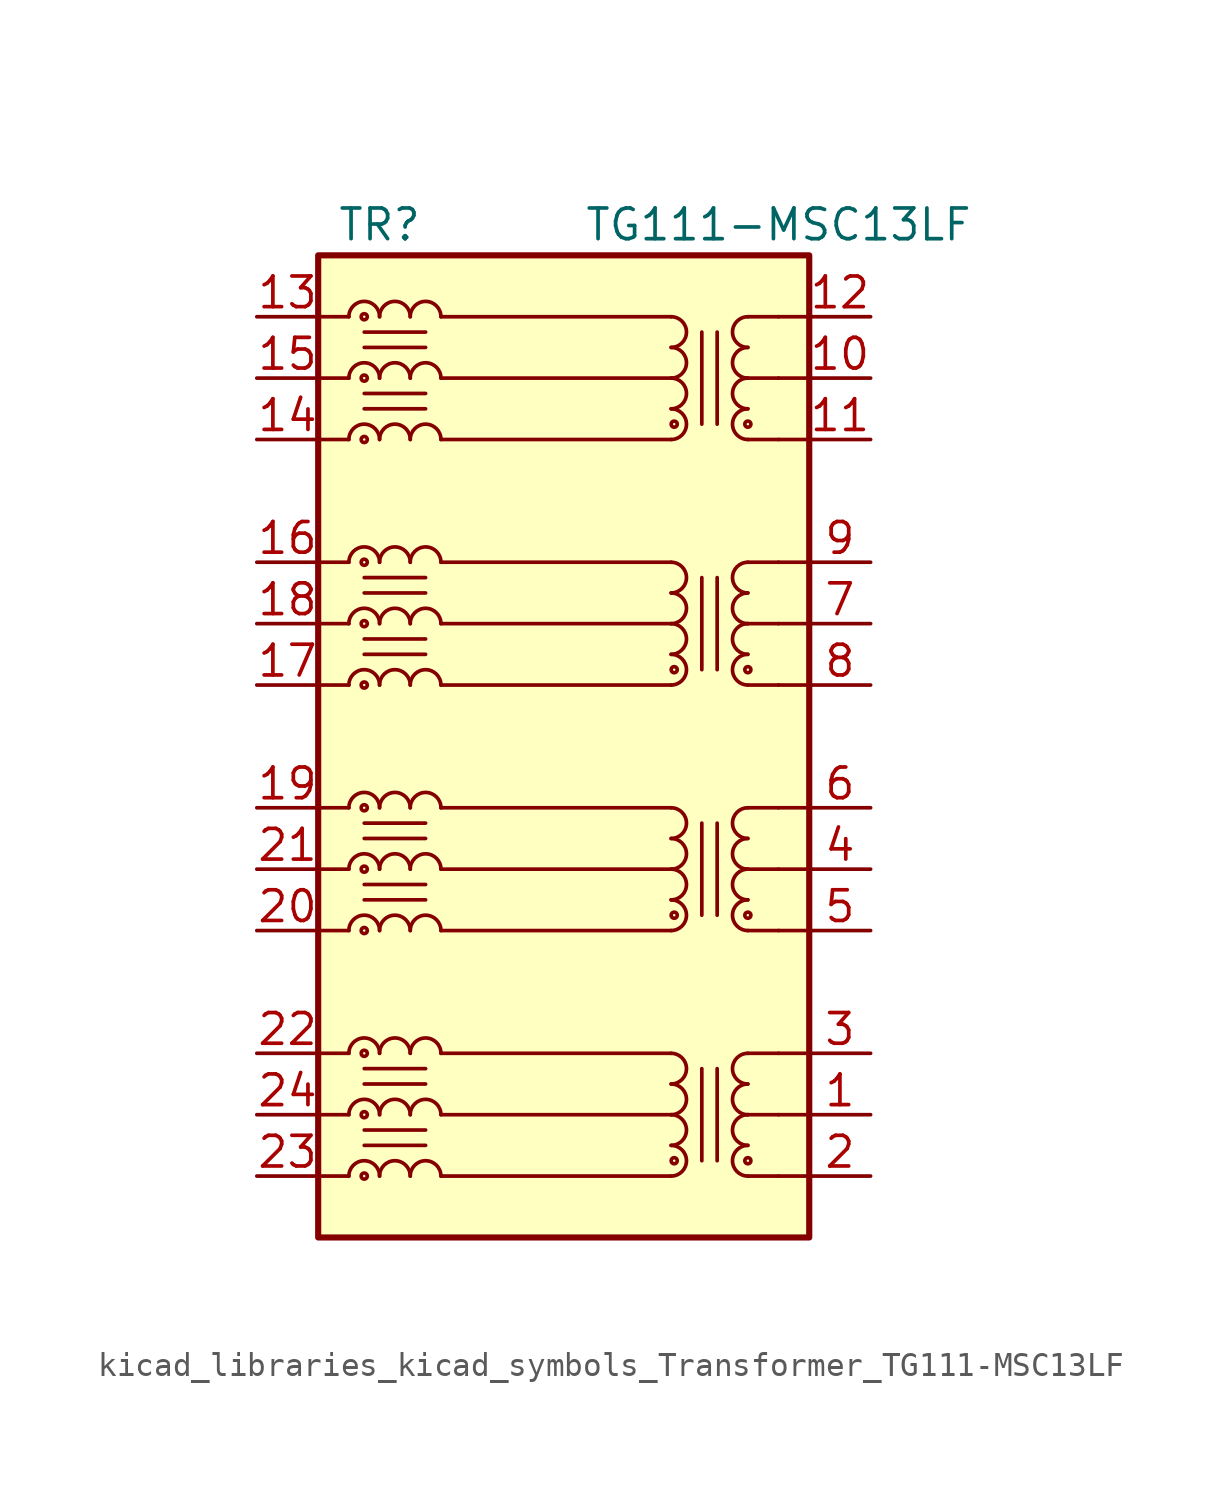
<source format=kicad_sym>
(kicad_symbol_lib
  (version 20220914)
  (generator kicad_symbol_editor)
  (symbol "kicad_libraries_kicad_symbols_Transformer_TG111-MSC13LF"
    (pin_names hide)
    (property "Reference" "TR"
      (at -7.62 21.59 0)
      (effects (font (size 1.27 1.27))))
    (property "Value" "TG111-MSC13LF"
      (at 8.89 21.59 0)
      (effects (font (size 1.27 1.27))))
    (symbol "kicad_libraries_kicad_symbols_Transformer_TG111-MSC13LF_0_1"
      (polyline (pts (xy 10.16 -17.78) (xy 8.89 -17.78)) (stroke (width 0) (type default)) (fill (type none)))
      (polyline (pts (xy 10.16 -15.24) (xy 8.89 -15.24)) (stroke (width 0) (type default)) (fill (type none)))
      (polyline (pts (xy 10.16 -12.7) (xy 8.89 -12.7)) (stroke (width 0) (type default)) (fill (type none)))
      (rectangle (start 10.16 20.32) (end -10.16 -20.32) (stroke (width 0.254) (type default)) (fill (type background)))
      (pin passive line (at 12.7 -15.24 180) (length 2.54) (name "TCT1" (effects (font (size 1.27 1.27)))) (number "1" (effects (font (size 1.27 1.27)))))
      (pin passive line (at 12.7 15.24 180) (length 2.54) (name "TCT4" (effects (font (size 1.27 1.27)))) (number "10" (effects (font (size 1.27 1.27)))))
      (pin passive line (at 12.7 12.7 180) (length 2.54) (name "TD4+" (effects (font (size 1.27 1.27)))) (number "11" (effects (font (size 1.27 1.27)))))
      (pin passive line (at 12.7 17.78 180) (length 2.54) (name "TD4-" (effects (font (size 1.27 1.27)))) (number "12" (effects (font (size 1.27 1.27)))))
      (pin passive line (at -12.7 17.78 0) (length 2.54) (name "MX4-" (effects (font (size 1.27 1.27)))) (number "13" (effects (font (size 1.27 1.27)))))
      (pin passive line (at -12.7 12.7 0) (length 2.54) (name "MX4+" (effects (font (size 1.27 1.27)))) (number "14" (effects (font (size 1.27 1.27)))))
      (pin passive line (at -12.7 15.24 0) (length 2.54) (name "MCT4" (effects (font (size 1.27 1.27)))) (number "15" (effects (font (size 1.27 1.27)))))
      (pin passive line (at -12.7 7.62 0) (length 2.54) (name "MTX3-" (effects (font (size 1.27 1.27)))) (number "16" (effects (font (size 1.27 1.27)))))
      (pin passive line (at -12.7 2.54 0) (length 2.54) (name "MTX3+" (effects (font (size 1.27 1.27)))) (number "17" (effects (font (size 1.27 1.27)))))
      (pin passive line (at -12.7 5.08 0) (length 2.54) (name "MCT3" (effects (font (size 1.27 1.27)))) (number "18" (effects (font (size 1.27 1.27)))))
      (pin passive line (at -12.7 -2.54 0) (length 2.54) (name "MTX2-" (effects (font (size 1.27 1.27)))) (number "19" (effects (font (size 1.27 1.27)))))
      (pin passive line (at 12.7 -17.78 180) (length 2.54) (name "TD1+" (effects (font (size 1.27 1.27)))) (number "2" (effects (font (size 1.27 1.27)))))
      (pin passive line (at -12.7 -7.62 0) (length 2.54) (name "MTX2+" (effects (font (size 1.27 1.27)))) (number "20" (effects (font (size 1.27 1.27)))))
      (pin passive line (at -12.7 -5.08 0) (length 2.54) (name "MCT2" (effects (font (size 1.27 1.27)))) (number "21" (effects (font (size 1.27 1.27)))))
      (pin passive line (at -12.7 -12.7 0) (length 2.54) (name "MTX1-" (effects (font (size 1.27 1.27)))) (number "22" (effects (font (size 1.27 1.27)))))
      (pin passive line (at -12.7 -17.78 0) (length 2.54) (name "MTX1+" (effects (font (size 1.27 1.27)))) (number "23" (effects (font (size 1.27 1.27)))))
      (pin passive line (at -12.7 -15.24 0) (length 2.54) (name "MTC1" (effects (font (size 1.27 1.27)))) (number "24" (effects (font (size 1.27 1.27)))))
      (pin passive line (at 12.7 -12.7 180) (length 2.54) (name "TD1-" (effects (font (size 1.27 1.27)))) (number "3" (effects (font (size 1.27 1.27)))))
      (pin passive line (at 12.7 -5.08 180) (length 2.54) (name "TCT2" (effects (font (size 1.27 1.27)))) (number "4" (effects (font (size 1.27 1.27)))))
      (pin passive line (at 12.7 -7.62 180) (length 2.54) (name "TD2+" (effects (font (size 1.27 1.27)))) (number "5" (effects (font (size 1.27 1.27)))))
      (pin passive line (at 12.7 -2.54 180) (length 2.54) (name "TD2-" (effects (font (size 1.27 1.27)))) (number "6" (effects (font (size 1.27 1.27)))))
      (pin passive line (at 12.7 5.08 180) (length 2.54) (name "TCT3" (effects (font (size 1.27 1.27)))) (number "7" (effects (font (size 1.27 1.27)))))
      (pin passive line (at 12.7 2.54 180) (length 2.54) (name "TD3+" (effects (font (size 1.27 1.27)))) (number "8" (effects (font (size 1.27 1.27)))))
      (pin passive line (at 12.7 7.62 180) (length 2.54) (name "TD3-" (effects (font (size 1.27 1.27)))) (number "9" (effects (font (size 1.27 1.27))))))
    (symbol "kicad_libraries_kicad_symbols_Transformer_TG111-MSC13LF_1_1"
      (circle (center -8.255 -17.78) (radius 0.127) (stroke (width 0) (type default)) (fill (type none)))
      (circle (center -8.255 -15.24) (radius 0.127) (stroke (width 0) (type default)) (fill (type none)))
      (circle (center -8.255 -12.7) (radius 0.127) (stroke (width 0) (type default)) (fill (type none)))
      (circle (center -8.255 -7.62) (radius 0.127) (stroke (width 0) (type default)) (fill (type none)))
      (circle (center -8.255 -5.08) (radius 0.127) (stroke (width 0) (type default)) (fill (type none)))
      (circle (center -8.255 -2.54) (radius 0.127) (stroke (width 0) (type default)) (fill (type none)))
      (circle (center -8.255 2.54) (radius 0.127) (stroke (width 0) (type default)) (fill (type none)))
      (circle (center -8.255 5.08) (radius 0.127) (stroke (width 0) (type default)) (fill (type none)))
      (circle (center -8.255 7.62) (radius 0.127) (stroke (width 0) (type default)) (fill (type none)))
      (circle (center -8.255 12.7) (radius 0.127) (stroke (width 0) (type default)) (fill (type none)))
      (circle (center -8.255 15.24) (radius 0.127) (stroke (width 0) (type default)) (fill (type none)))
      (circle (center -8.255 17.78) (radius 0.127) (stroke (width 0) (type default)) (fill (type none)))
      (arc (start -7.62 -17.78) (mid -8.255 -17.1477) (end -8.89 -17.78) (stroke (width 0) (type default)) (fill (type none)))
      (arc (start -7.62 -15.24) (mid -8.255 -14.6077) (end -8.89 -15.24) (stroke (width 0) (type default)) (fill (type none)))
      (arc (start -7.62 -12.7) (mid -8.255 -12.0677) (end -8.89 -12.7) (stroke (width 0) (type default)) (fill (type none)))
      (arc (start -7.62 -7.62) (mid -8.255 -6.9877) (end -8.89 -7.62) (stroke (width 0) (type default)) (fill (type none)))
      (arc (start -7.62 -5.08) (mid -8.255 -4.4477) (end -8.89 -5.08) (stroke (width 0) (type default)) (fill (type none)))
      (arc (start -7.62 -2.54) (mid -8.255 -1.9077) (end -8.89 -2.54) (stroke (width 0) (type default)) (fill (type none)))
      (arc (start -7.62 2.54) (mid -8.255 3.1723) (end -8.89 2.54) (stroke (width 0) (type default)) (fill (type none)))
      (arc (start -7.62 5.08) (mid -8.255 5.7123) (end -8.89 5.08) (stroke (width 0) (type default)) (fill (type none)))
      (arc (start -7.62 7.62) (mid -8.255 8.2523) (end -8.89 7.62) (stroke (width 0) (type default)) (fill (type none)))
      (arc (start -7.62 12.7) (mid -8.255 13.3323) (end -8.89 12.7) (stroke (width 0) (type default)) (fill (type none)))
      (arc (start -7.62 15.24) (mid -8.255 15.8723) (end -8.89 15.24) (stroke (width 0) (type default)) (fill (type none)))
      (arc (start -7.62 17.78) (mid -8.255 18.4123) (end -8.89 17.78) (stroke (width 0) (type default)) (fill (type none)))
      (arc (start -6.35 -17.78) (mid -6.985 -17.1477) (end -7.62 -17.78) (stroke (width 0) (type default)) (fill (type none)))
      (arc (start -6.35 -15.24) (mid -6.985 -14.6077) (end -7.62 -15.24) (stroke (width 0) (type default)) (fill (type none)))
      (arc (start -6.35 -12.7) (mid -6.985 -12.0677) (end -7.62 -12.7) (stroke (width 0) (type default)) (fill (type none)))
      (arc (start -6.35 -7.62) (mid -6.985 -6.9877) (end -7.62 -7.62) (stroke (width 0) (type default)) (fill (type none)))
      (arc (start -6.35 -5.08) (mid -6.985 -4.4477) (end -7.62 -5.08) (stroke (width 0) (type default)) (fill (type none)))
      (arc (start -6.35 -2.54) (mid -6.985 -1.9077) (end -7.62 -2.54) (stroke (width 0) (type default)) (fill (type none)))
      (arc (start -6.35 2.54) (mid -6.985 3.1723) (end -7.62 2.54) (stroke (width 0) (type default)) (fill (type none)))
      (arc (start -6.35 5.08) (mid -6.985 5.7123) (end -7.62 5.08) (stroke (width 0) (type default)) (fill (type none)))
      (arc (start -6.35 7.62) (mid -6.985 8.2523) (end -7.62 7.62) (stroke (width 0) (type default)) (fill (type none)))
      (arc (start -6.35 12.7) (mid -6.985 13.3323) (end -7.62 12.7) (stroke (width 0) (type default)) (fill (type none)))
      (arc (start -6.35 15.24) (mid -6.985 15.8723) (end -7.62 15.24) (stroke (width 0) (type default)) (fill (type none)))
      (arc (start -6.35 17.78) (mid -6.985 18.4123) (end -7.62 17.78) (stroke (width 0) (type default)) (fill (type none)))
      (arc (start -5.08 -17.78) (mid -5.715 -17.1477) (end -6.35 -17.78) (stroke (width 0) (type default)) (fill (type none)))
      (arc (start -5.08 -15.24) (mid -5.715 -14.6077) (end -6.35 -15.24) (stroke (width 0) (type default)) (fill (type none)))
      (arc (start -5.08 -12.7) (mid -5.715 -12.0677) (end -6.35 -12.7) (stroke (width 0) (type default)) (fill (type none)))
      (arc (start -5.08 -7.62) (mid -5.715 -6.9877) (end -6.35 -7.62) (stroke (width 0) (type default)) (fill (type none)))
      (arc (start -5.08 -5.08) (mid -5.715 -4.4477) (end -6.35 -5.08) (stroke (width 0) (type default)) (fill (type none)))
      (arc (start -5.08 -2.54) (mid -5.715 -1.9077) (end -6.35 -2.54) (stroke (width 0) (type default)) (fill (type none)))
      (arc (start -5.08 2.54) (mid -5.715 3.1723) (end -6.35 2.54) (stroke (width 0) (type default)) (fill (type none)))
      (arc (start -5.08 5.08) (mid -5.715 5.7123) (end -6.35 5.08) (stroke (width 0) (type default)) (fill (type none)))
      (arc (start -5.08 7.62) (mid -5.715 8.2523) (end -6.35 7.62) (stroke (width 0) (type default)) (fill (type none)))
      (arc (start -5.08 12.7) (mid -5.715 13.3323) (end -6.35 12.7) (stroke (width 0) (type default)) (fill (type none)))
      (arc (start -5.08 15.24) (mid -5.715 15.8723) (end -6.35 15.24) (stroke (width 0) (type default)) (fill (type none)))
      (arc (start -5.08 17.78) (mid -5.715 18.4123) (end -6.35 17.78) (stroke (width 0) (type default)) (fill (type none)))
      (polyline (pts (xy -10.16 -17.78) (xy -8.89 -17.78)) (stroke (width 0) (type default)) (fill (type none)))
      (polyline (pts (xy -10.16 -15.24) (xy -8.89 -15.24)) (stroke (width 0) (type default)) (fill (type none)))
      (polyline (pts (xy -10.16 -12.7) (xy -8.89 -12.7)) (stroke (width 0) (type default)) (fill (type none)))
      (polyline (pts (xy -10.16 -7.62) (xy -8.89 -7.62)) (stroke (width 0) (type default)) (fill (type none)))
      (polyline (pts (xy -10.16 -5.08) (xy -8.89 -5.08)) (stroke (width 0) (type default)) (fill (type none)))
      (polyline (pts (xy -10.16 -2.54) (xy -8.89 -2.54)) (stroke (width 0) (type default)) (fill (type none)))
      (polyline (pts (xy -10.16 2.54) (xy -8.89 2.54)) (stroke (width 0) (type default)) (fill (type none)))
      (polyline (pts (xy -10.16 5.08) (xy -8.89 5.08)) (stroke (width 0) (type default)) (fill (type none)))
      (polyline (pts (xy -10.16 7.62) (xy -8.89 7.62)) (stroke (width 0) (type default)) (fill (type none)))
      (polyline (pts (xy -10.16 12.7) (xy -8.89 12.7)) (stroke (width 0) (type default)) (fill (type none)))
      (polyline (pts (xy -10.16 15.24) (xy -8.89 15.24)) (stroke (width 0) (type default)) (fill (type none)))
      (polyline (pts (xy -10.16 17.78) (xy -8.89 17.78)) (stroke (width 0) (type default)) (fill (type none)))
      (polyline (pts (xy -8.255 -16.51) (xy -5.715 -16.51)) (stroke (width 0) (type default)) (fill (type none)))
      (polyline (pts (xy -8.255 -15.875) (xy -5.715 -15.875)) (stroke (width 0) (type default)) (fill (type none)))
      (polyline (pts (xy -8.255 -13.97) (xy -5.715 -13.97)) (stroke (width 0) (type default)) (fill (type none)))
      (polyline (pts (xy -8.255 -13.335) (xy -5.715 -13.335)) (stroke (width 0) (type default)) (fill (type none)))
      (polyline (pts (xy -8.255 -6.35) (xy -5.715 -6.35)) (stroke (width 0) (type default)) (fill (type none)))
      (polyline (pts (xy -8.255 -5.715) (xy -5.715 -5.715)) (stroke (width 0) (type default)) (fill (type none)))
      (polyline (pts (xy -8.255 -3.81) (xy -5.715 -3.81)) (stroke (width 0) (type default)) (fill (type none)))
      (polyline (pts (xy -8.255 -3.175) (xy -5.715 -3.175)) (stroke (width 0) (type default)) (fill (type none)))
      (polyline (pts (xy -8.255 3.81) (xy -5.715 3.81)) (stroke (width 0) (type default)) (fill (type none)))
      (polyline (pts (xy -8.255 4.445) (xy -5.715 4.445)) (stroke (width 0) (type default)) (fill (type none)))
      (polyline (pts (xy -8.255 6.35) (xy -5.715 6.35)) (stroke (width 0) (type default)) (fill (type none)))
      (polyline (pts (xy -8.255 6.985) (xy -5.715 6.985)) (stroke (width 0) (type default)) (fill (type none)))
      (polyline (pts (xy -8.255 13.97) (xy -5.715 13.97)) (stroke (width 0) (type default)) (fill (type none)))
      (polyline (pts (xy -8.255 14.605) (xy -5.715 14.605)) (stroke (width 0) (type default)) (fill (type none)))
      (polyline (pts (xy -8.255 16.51) (xy -5.715 16.51)) (stroke (width 0) (type default)) (fill (type none)))
      (polyline (pts (xy -8.255 17.145) (xy -5.715 17.145)) (stroke (width 0) (type default)) (fill (type none)))
      (polyline (pts (xy -5.08 -17.78) (xy 4.445 -17.78)) (stroke (width 0) (type default)) (fill (type none)))
      (polyline (pts (xy -5.08 -15.24) (xy 4.445 -15.24)) (stroke (width 0) (type default)) (fill (type none)))
      (polyline (pts (xy -5.08 -12.7) (xy 4.445 -12.7)) (stroke (width 0) (type default)) (fill (type none)))
      (polyline (pts (xy -5.08 -7.62) (xy 4.445 -7.62)) (stroke (width 0) (type default)) (fill (type none)))
      (polyline (pts (xy -5.08 -5.08) (xy 4.445 -5.08)) (stroke (width 0) (type default)) (fill (type none)))
      (polyline (pts (xy -5.08 -2.54) (xy 4.445 -2.54)) (stroke (width 0) (type default)) (fill (type none)))
      (polyline (pts (xy -5.08 2.54) (xy 4.445 2.54)) (stroke (width 0) (type default)) (fill (type none)))
      (polyline (pts (xy -5.08 5.08) (xy 4.445 5.08)) (stroke (width 0) (type default)) (fill (type none)))
      (polyline (pts (xy -5.08 7.62) (xy 4.445 7.62)) (stroke (width 0) (type default)) (fill (type none)))
      (polyline (pts (xy -5.08 12.7) (xy 4.445 12.7)) (stroke (width 0) (type default)) (fill (type none)))
      (polyline (pts (xy -5.08 15.24) (xy 4.445 15.24)) (stroke (width 0) (type default)) (fill (type none)))
      (polyline (pts (xy -5.08 17.78) (xy 4.445 17.78)) (stroke (width 0) (type default)) (fill (type none)))
      (polyline (pts (xy 5.715 -13.335) (xy 5.715 -17.145)) (stroke (width 0) (type default)) (fill (type none)))
      (polyline (pts (xy 5.715 -3.175) (xy 5.715 -6.985)) (stroke (width 0) (type default)) (fill (type none)))
      (polyline (pts (xy 5.715 6.985) (xy 5.715 3.175)) (stroke (width 0) (type default)) (fill (type none)))
      (polyline (pts (xy 5.715 17.145) (xy 5.715 13.335)) (stroke (width 0) (type default)) (fill (type none)))
      (polyline (pts (xy 6.35 -13.335) (xy 6.35 -17.145)) (stroke (width 0) (type default)) (fill (type none)))
      (polyline (pts (xy 6.35 -3.175) (xy 6.35 -6.985)) (stroke (width 0) (type default)) (fill (type none)))
      (polyline (pts (xy 6.35 6.985) (xy 6.35 3.175)) (stroke (width 0) (type default)) (fill (type none)))
      (polyline (pts (xy 6.35 17.145) (xy 6.35 13.335)) (stroke (width 0) (type default)) (fill (type none)))
      (polyline (pts (xy 8.89 -17.78) (xy 7.62 -17.78)) (stroke (width 0) (type default)) (fill (type none)))
      (polyline (pts (xy 8.89 -15.24) (xy 7.62 -15.24)) (stroke (width 0) (type default)) (fill (type none)))
      (polyline (pts (xy 8.89 -12.7) (xy 7.62 -12.7)) (stroke (width 0) (type default)) (fill (type none)))
      (polyline (pts (xy 8.89 -7.62) (xy 7.62 -7.62)) (stroke (width 0) (type default)) (fill (type none)))
      (polyline (pts (xy 8.89 -5.08) (xy 7.62 -5.08)) (stroke (width 0) (type default)) (fill (type none)))
      (polyline (pts (xy 8.89 -2.54) (xy 7.62 -2.54)) (stroke (width 0) (type default)) (fill (type none)))
      (polyline (pts (xy 8.89 2.54) (xy 7.62 2.54)) (stroke (width 0) (type default)) (fill (type none)))
      (polyline (pts (xy 8.89 5.08) (xy 7.62 5.08)) (stroke (width 0) (type default)) (fill (type none)))
      (polyline (pts (xy 8.89 7.62) (xy 7.62 7.62)) (stroke (width 0) (type default)) (fill (type none)))
      (polyline (pts (xy 8.89 12.7) (xy 7.62 12.7)) (stroke (width 0) (type default)) (fill (type none)))
      (polyline (pts (xy 8.89 15.24) (xy 7.62 15.24)) (stroke (width 0) (type default)) (fill (type none)))
      (polyline (pts (xy 8.89 17.78) (xy 7.62 17.78)) (stroke (width 0) (type default)) (fill (type none)))
      (polyline (pts (xy 10.16 -7.62) (xy 8.89 -7.62)) (stroke (width 0) (type default)) (fill (type none)))
      (polyline (pts (xy 10.16 -5.08) (xy 8.89 -5.08)) (stroke (width 0) (type default)) (fill (type none)))
      (polyline (pts (xy 10.16 -2.54) (xy 8.89 -2.54)) (stroke (width 0) (type default)) (fill (type none)))
      (polyline (pts (xy 10.16 2.54) (xy 8.89 2.54)) (stroke (width 0) (type default)) (fill (type none)))
      (polyline (pts (xy 10.16 5.08) (xy 8.89 5.08)) (stroke (width 0) (type default)) (fill (type none)))
      (polyline (pts (xy 10.16 7.62) (xy 8.89 7.62)) (stroke (width 0) (type default)) (fill (type none)))
      (polyline (pts (xy 10.16 12.7) (xy 8.89 12.7)) (stroke (width 0) (type default)) (fill (type none)))
      (polyline (pts (xy 10.16 15.24) (xy 8.89 15.24)) (stroke (width 0) (type default)) (fill (type none)))
      (polyline (pts (xy 10.16 17.78) (xy 8.89 17.78)) (stroke (width 0) (type default)) (fill (type none)))
      (arc (start 4.445 -17.78) (mid 5.0773 -17.145) (end 4.445 -16.51) (stroke (width 0) (type default)) (fill (type none)))
      (arc (start 4.445 -16.51) (mid 5.0773 -15.875) (end 4.445 -15.24) (stroke (width 0) (type default)) (fill (type none)))
      (arc (start 4.445 -15.24) (mid 5.0773 -14.605) (end 4.445 -13.97) (stroke (width 0) (type default)) (fill (type none)))
      (arc (start 4.445 -13.97) (mid 5.0773 -13.335) (end 4.445 -12.7) (stroke (width 0) (type default)) (fill (type none)))
      (arc (start 4.445 -7.62) (mid 5.0773 -6.985) (end 4.445 -6.35) (stroke (width 0) (type default)) (fill (type none)))
      (arc (start 4.445 -6.35) (mid 5.0773 -5.715) (end 4.445 -5.08) (stroke (width 0) (type default)) (fill (type none)))
      (arc (start 4.445 -5.08) (mid 5.0773 -4.445) (end 4.445 -3.81) (stroke (width 0) (type default)) (fill (type none)))
      (arc (start 4.445 -3.81) (mid 5.0773 -3.175) (end 4.445 -2.54) (stroke (width 0) (type default)) (fill (type none)))
      (arc (start 4.445 2.54) (mid 5.0773 3.175) (end 4.445 3.81) (stroke (width 0) (type default)) (fill (type none)))
      (arc (start 4.445 3.81) (mid 5.0773 4.445) (end 4.445 5.08) (stroke (width 0) (type default)) (fill (type none)))
      (arc (start 4.445 5.08) (mid 5.0773 5.715) (end 4.445 6.35) (stroke (width 0) (type default)) (fill (type none)))
      (arc (start 4.445 6.35) (mid 5.0773 6.985) (end 4.445 7.62) (stroke (width 0) (type default)) (fill (type none)))
      (arc (start 4.445 12.7) (mid 5.0773 13.335) (end 4.445 13.97) (stroke (width 0) (type default)) (fill (type none)))
      (arc (start 4.445 13.97) (mid 5.0773 14.605) (end 4.445 15.24) (stroke (width 0) (type default)) (fill (type none)))
      (arc (start 4.445 15.24) (mid 5.0773 15.875) (end 4.445 16.51) (stroke (width 0) (type default)) (fill (type none)))
      (arc (start 4.445 16.51) (mid 5.0773 17.145) (end 4.445 17.78) (stroke (width 0) (type default)) (fill (type none)))
      (circle (center 4.572 -17.145) (radius 0.127) (stroke (width 0) (type default)) (fill (type none)))
      (circle (center 4.572 -6.985) (radius 0.127) (stroke (width 0) (type default)) (fill (type none)))
      (circle (center 4.572 3.175) (radius 0.127) (stroke (width 0) (type default)) (fill (type none)))
      (circle (center 4.572 13.335) (radius 0.127) (stroke (width 0) (type default)) (fill (type none)))
      (circle (center 7.62 -17.145) (radius 0.127) (stroke (width 0) (type default)) (fill (type none)))
      (arc (start 7.62 -16.51) (mid 6.9877 -17.145) (end 7.62 -17.78) (stroke (width 0) (type default)) (fill (type none)))
      (arc (start 7.62 -15.24) (mid 6.9877 -15.875) (end 7.62 -16.51) (stroke (width 0) (type default)) (fill (type none)))
      (arc (start 7.62 -13.97) (mid 6.9877 -14.605) (end 7.62 -15.24) (stroke (width 0) (type default)) (fill (type none)))
      (arc (start 7.62 -12.7) (mid 6.9877 -13.335) (end 7.62 -13.97) (stroke (width 0) (type default)) (fill (type none)))
      (circle (center 7.62 -6.985) (radius 0.127) (stroke (width 0) (type default)) (fill (type none)))
      (arc (start 7.62 -6.35) (mid 6.9877 -6.985) (end 7.62 -7.62) (stroke (width 0) (type default)) (fill (type none)))
      (arc (start 7.62 -5.08) (mid 6.9877 -5.715) (end 7.62 -6.35) (stroke (width 0) (type default)) (fill (type none)))
      (arc (start 7.62 -3.81) (mid 6.9877 -4.445) (end 7.62 -5.08) (stroke (width 0) (type default)) (fill (type none)))
      (arc (start 7.62 -2.54) (mid 6.9877 -3.175) (end 7.62 -3.81) (stroke (width 0) (type default)) (fill (type none)))
      (circle (center 7.62 3.175) (radius 0.127) (stroke (width 0) (type default)) (fill (type none)))
      (arc (start 7.62 3.81) (mid 6.9877 3.175) (end 7.62 2.54) (stroke (width 0) (type default)) (fill (type none)))
      (arc (start 7.62 5.08) (mid 6.9877 4.445) (end 7.62 3.81) (stroke (width 0) (type default)) (fill (type none)))
      (arc (start 7.62 6.35) (mid 6.9877 5.715) (end 7.62 5.08) (stroke (width 0) (type default)) (fill (type none)))
      (arc (start 7.62 7.62) (mid 6.9877 6.985) (end 7.62 6.35) (stroke (width 0) (type default)) (fill (type none)))
      (circle (center 7.62 13.335) (radius 0.127) (stroke (width 0) (type default)) (fill (type none)))
      (arc (start 7.62 13.97) (mid 6.9877 13.335) (end 7.62 12.7) (stroke (width 0) (type default)) (fill (type none)))
      (arc (start 7.62 15.24) (mid 6.9877 14.605) (end 7.62 13.97) (stroke (width 0) (type default)) (fill (type none)))
      (arc (start 7.62 16.51) (mid 6.9877 15.875) (end 7.62 15.24) (stroke (width 0) (type default)) (fill (type none)))
      (arc (start 7.62 17.78) (mid 6.9877 17.145) (end 7.62 16.51) (stroke (width 0) (type default)) (fill (type none))))))
</source>
